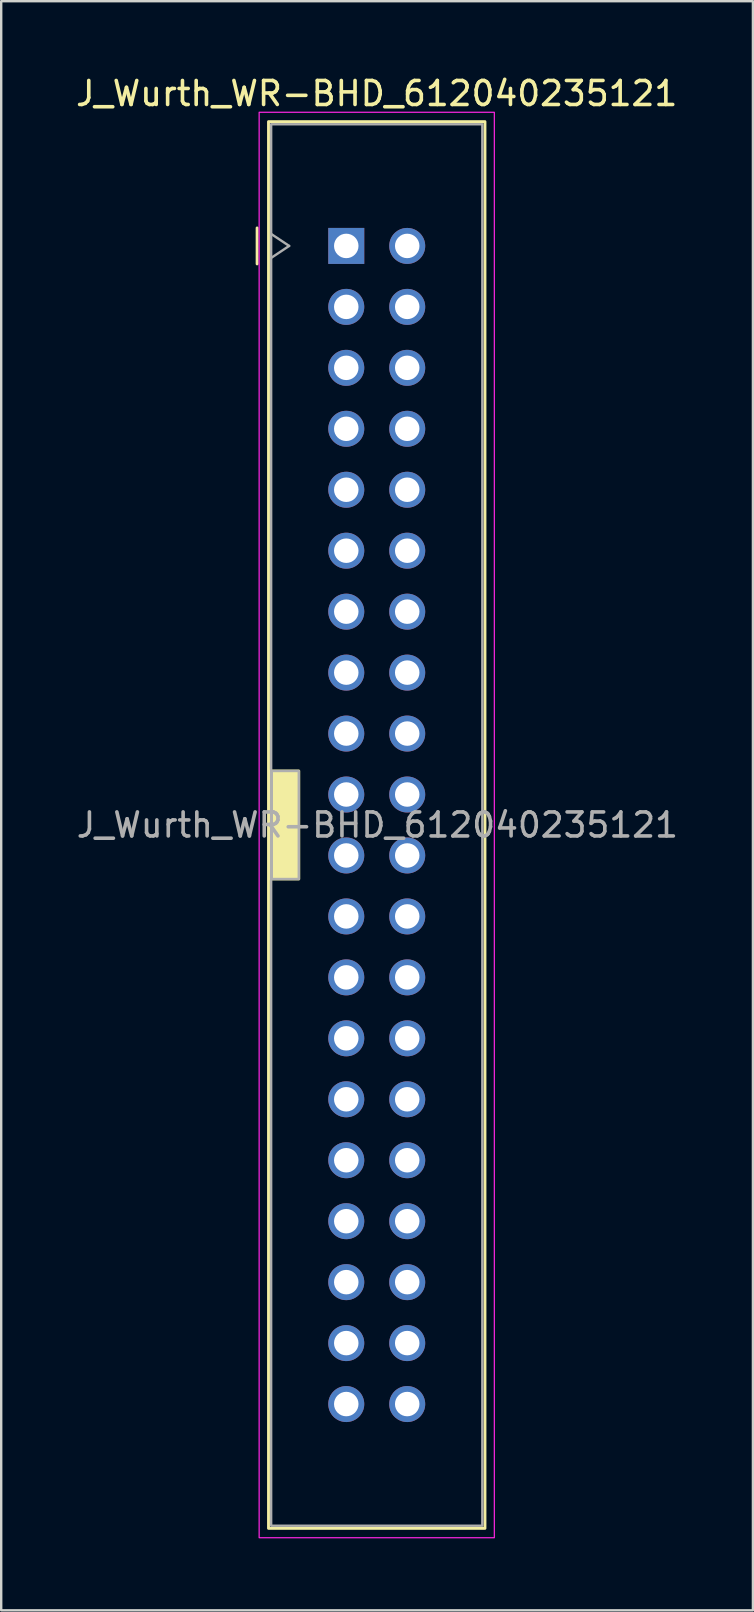
<source format=kicad_pcb>
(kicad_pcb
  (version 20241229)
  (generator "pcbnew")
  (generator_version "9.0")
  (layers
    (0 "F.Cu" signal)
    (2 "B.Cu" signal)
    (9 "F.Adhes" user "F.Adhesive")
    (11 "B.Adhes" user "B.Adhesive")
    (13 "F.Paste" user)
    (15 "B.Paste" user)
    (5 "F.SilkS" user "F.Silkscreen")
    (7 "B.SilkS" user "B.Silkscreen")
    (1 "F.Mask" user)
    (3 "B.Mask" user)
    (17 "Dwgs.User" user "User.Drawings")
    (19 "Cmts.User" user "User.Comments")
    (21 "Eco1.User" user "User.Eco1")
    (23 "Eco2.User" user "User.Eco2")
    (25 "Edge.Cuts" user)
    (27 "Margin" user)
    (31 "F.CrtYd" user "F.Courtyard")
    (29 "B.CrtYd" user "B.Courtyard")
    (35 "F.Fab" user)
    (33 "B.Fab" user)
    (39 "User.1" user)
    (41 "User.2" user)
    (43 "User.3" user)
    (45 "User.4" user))
  (footprint "J_Wurth_WR-BHD_612040235121"
    (layer "F.Cu")
    (at 11.379 7.198)
    (property "Reference" "J_Wurth_WR-BHD_612040235121" (at 1.27 -6.35 0) (unlocked yes) (layer "F.SilkS") (effects (font (size 1 1) (thickness 0.15))))
    (attr through_hole)
    (fp_line (start -3.715 -0.75) (end -3.715 0.75) (stroke (width 0.12) (type solid)) (layer "F.SilkS"))
    (fp_rect (start -3.24 -5.18) (end 5.78 53.44) (stroke (width 0.12) (type solid)) (fill no) (layer "F.SilkS"))
    (fp_rect (start -3.178 21.88) (end -1.978 26.38) (stroke (width 0.12) (type solid)) (fill yes) (layer "F.SilkS"))
    (fp_rect (start -3.63 -5.57) (end 6.17 53.83) (stroke (width 0.05) (type solid)) (fill no) (layer "F.CrtYd"))
    (fp_line (start -2.38 0) (end -3.13 -0.5) (stroke (width 0.1) (type solid)) (layer "F.Fab"))
    (fp_line (start -2.38 0) (end -3.13 0.5) (stroke (width 0.1) (type solid)) (layer "F.Fab"))
    (fp_rect (start -3.13 -5.07) (end 5.67 53.33) (stroke (width 0.1) (type solid)) (fill no) (layer "F.Fab"))
    (fp_rect (start -3.103 21.88) (end -1.978 26.38) (stroke (width 0.1) (type solid)) (fill no) (layer "F.Fab"))
    (fp_text user "${REFERENCE}" (at 1.297 24.13 0) (unlocked yes) (layer "F.Fab") (effects (font (size 1 1) (thickness 0.15))))
    (pad "1" thru_hole rect (at 0 0 270) (size 1.5 1.5) (drill 1.02) (layers "*.Cu" "*.Mask"))
    (pad "2" thru_hole circle (at 2.54 0 270) (size 1.5 1.5) (drill 1.02) (layers "*.Cu" "*.Mask"))
    (pad "3" thru_hole circle (at 0 2.54 270) (size 1.5 1.5) (drill 1.02) (layers "*.Cu" "*.Mask"))
    (pad "4" thru_hole circle (at 2.54 2.54 270) (size 1.5 1.5) (drill 1.02) (layers "*.Cu" "*.Mask"))
    (pad "5" thru_hole circle (at 0 5.08 270) (size 1.5 1.5) (drill 1.02) (layers "*.Cu" "*.Mask"))
    (pad "6" thru_hole circle (at 2.54 5.08 270) (size 1.5 1.5) (drill 1.02) (layers "*.Cu" "*.Mask"))
    (pad "7" thru_hole circle (at 0 7.62 270) (size 1.5 1.5) (drill 1.02) (layers "*.Cu" "*.Mask"))
    (pad "8" thru_hole circle (at 2.54 7.62 270) (size 1.5 1.5) (drill 1.02) (layers "*.Cu" "*.Mask"))
    (pad "9" thru_hole circle (at 0 10.16 270) (size 1.5 1.5) (drill 1.02) (layers "*.Cu" "*.Mask"))
    (pad "10" thru_hole circle (at 2.54 10.16 270) (size 1.5 1.5) (drill 1.02) (layers "*.Cu" "*.Mask"))
    (pad "11" thru_hole circle (at 0 12.7 270) (size 1.5 1.5) (drill 1.02) (layers "*.Cu" "*.Mask"))
    (pad "12" thru_hole circle (at 2.54 12.7 270) (size 1.5 1.5) (drill 1.02) (layers "*.Cu" "*.Mask"))
    (pad "13" thru_hole circle (at 0 15.24 270) (size 1.5 1.5) (drill 1.02) (layers "*.Cu" "*.Mask"))
    (pad "14" thru_hole circle (at 2.54 15.24 270) (size 1.5 1.5) (drill 1.02) (layers "*.Cu" "*.Mask"))
    (pad "15" thru_hole circle (at 0 17.78 270) (size 1.5 1.5) (drill 1.02) (layers "*.Cu" "*.Mask"))
    (pad "16" thru_hole circle (at 2.54 17.78 270) (size 1.5 1.5) (drill 1.02) (layers "*.Cu" "*.Mask"))
    (pad "17" thru_hole circle (at 0 20.32 270) (size 1.5 1.5) (drill 1.02) (layers "*.Cu" "*.Mask"))
    (pad "18" thru_hole circle (at 2.54 20.32 270) (size 1.5 1.5) (drill 1.02) (layers "*.Cu" "*.Mask"))
    (pad "19" thru_hole circle (at 0 22.86 270) (size 1.5 1.5) (drill 1.02) (layers "*.Cu" "*.Mask"))
    (pad "20" thru_hole circle (at 2.54 22.86 270) (size 1.5 1.5) (drill 1.02) (layers "*.Cu" "*.Mask"))
    (pad "21" thru_hole circle (at 0 25.4 270) (size 1.5 1.5) (drill 1.02) (layers "*.Cu" "*.Mask"))
    (pad "22" thru_hole circle (at 2.54 25.4 270) (size 1.5 1.5) (drill 1.02) (layers "*.Cu" "*.Mask"))
    (pad "23" thru_hole circle (at 0 27.94 270) (size 1.5 1.5) (drill 1.02) (layers "*.Cu" "*.Mask"))
    (pad "24" thru_hole circle (at 2.54 27.94 270) (size 1.5 1.5) (drill 1.02) (layers "*.Cu" "*.Mask"))
    (pad "25" thru_hole circle (at 0 30.48 270) (size 1.5 1.5) (drill 1.02) (layers "*.Cu" "*.Mask"))
    (pad "26" thru_hole circle (at 2.54 30.48 270) (size 1.5 1.5) (drill 1.02) (layers "*.Cu" "*.Mask"))
    (pad "27" thru_hole circle (at 0 33.02 270) (size 1.5 1.5) (drill 1.02) (layers "*.Cu" "*.Mask"))
    (pad "28" thru_hole circle (at 2.54 33.02 270) (size 1.5 1.5) (drill 1.02) (layers "*.Cu" "*.Mask"))
    (pad "29" thru_hole circle (at 0 35.56 270) (size 1.5 1.5) (drill 1.02) (layers "*.Cu" "*.Mask"))
    (pad "30" thru_hole circle (at 2.54 35.56 270) (size 1.5 1.5) (drill 1.02) (layers "*.Cu" "*.Mask"))
    (pad "31" thru_hole circle (at 0 38.1 270) (size 1.5 1.5) (drill 1.02) (layers "*.Cu" "*.Mask"))
    (pad "32" thru_hole circle (at 2.54 38.1 270) (size 1.5 1.5) (drill 1.02) (layers "*.Cu" "*.Mask"))
    (pad "33" thru_hole circle (at 0 40.64 270) (size 1.5 1.5) (drill 1.02) (layers "*.Cu" "*.Mask"))
    (pad "34" thru_hole circle (at 2.54 40.64 270) (size 1.5 1.5) (drill 1.02) (layers "*.Cu" "*.Mask"))
    (pad "35" thru_hole circle (at 0 43.18 270) (size 1.5 1.5) (drill 1.02) (layers "*.Cu" "*.Mask"))
    (pad "36" thru_hole circle (at 2.54 43.18 270) (size 1.5 1.5) (drill 1.02) (layers "*.Cu" "*.Mask"))
    (pad "37" thru_hole circle (at 0 45.72 270) (size 1.5 1.5) (drill 1.02) (layers "*.Cu" "*.Mask"))
    (pad "38" thru_hole circle (at 2.54 45.72 270) (size 1.5 1.5) (drill 1.02) (layers "*.Cu" "*.Mask"))
    (pad "39" thru_hole circle (at 0 48.26 270) (size 1.5 1.5) (drill 1.02) (layers "*.Cu" "*.Mask"))
    (pad "40" thru_hole circle (at 2.54 48.26 270) (size 1.5 1.5) (drill 1.02) (layers "*.Cu" "*.Mask")))
  (gr_rect
    (start -3 -3)
    (end 28.325 64.053)
    (stroke (width 0.1) (type default))
    (fill no)
    (layer "Edge.Cuts")))
</source>
